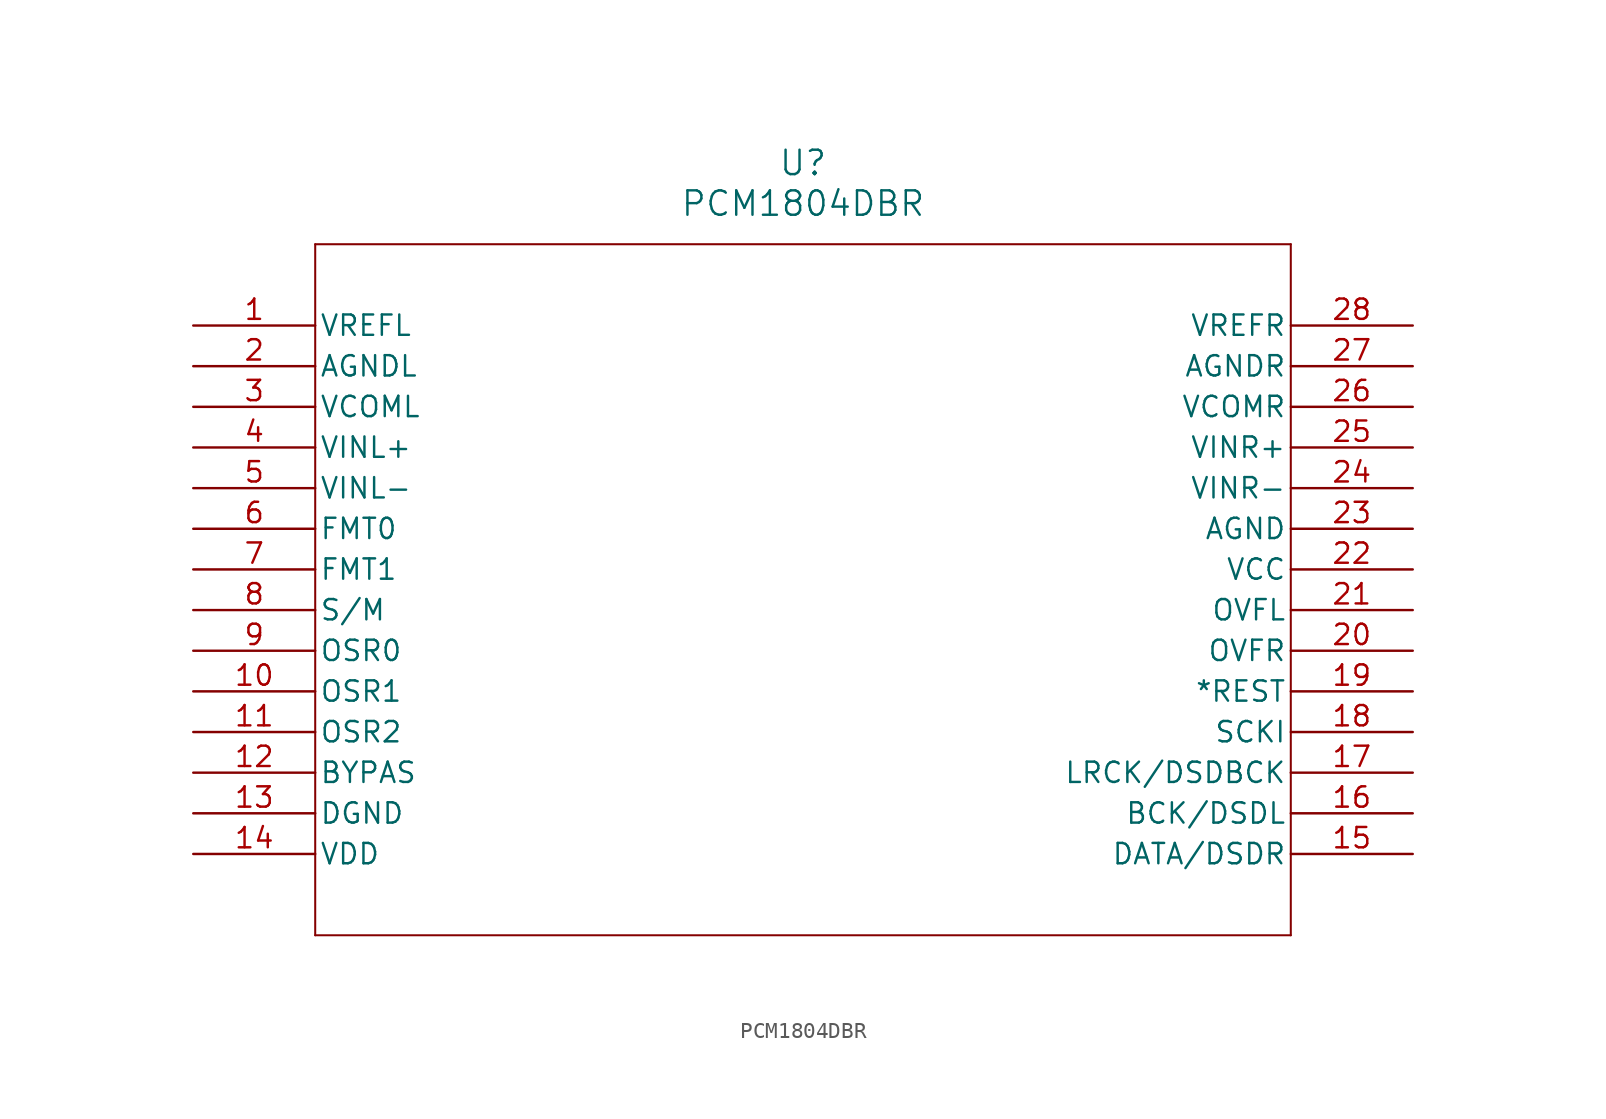
<source format=kicad_sym>
(kicad_symbol_lib
  (version 20211014)
  (generator kicad_symbol_editor)
  (symbol "PCM1804DBR"
    (pin_names
      (offset 0.254))
    (property "Reference" "U"
      (at 38.1 10.16 0)
      (effects (font (size 1.524 1.524))))
    (property "Value" "PCM1804DBR"
      (at 38.1 7.62 0)
      (effects (font (size 1.524 1.524))))
    (symbol "PCM1804DBR_0_1"
      (polyline (pts (xy 7.62 5.08) (xy 7.62 -38.1)) (stroke (width 0.127) (type default) (color 0 0 0 0)) (fill (type none)))
      (polyline (pts (xy 7.62 -38.1) (xy 68.58 -38.1)) (stroke (width 0.127) (type default) (color 0 0 0 0)) (fill (type none)))
      (polyline (pts (xy 68.58 -38.1) (xy 68.58 5.08)) (stroke (width 0.127) (type default) (color 0 0 0 0)) (fill (type none)))
      (polyline (pts (xy 68.58 5.08) (xy 7.62 5.08)) (stroke (width 0.127) (type default) (color 0 0 0 0)) (fill (type none)))
      (pin power_in line (at 0 0 0) (length 7.62) (name "VREFL" (effects (font (size 1.27 1.27)))) (number "1" (effects (font (size 1.27 1.27)))))
      (pin power_in line (at 0 -2.54 0) (length 7.62) (name "AGNDL" (effects (font (size 1.27 1.27)))) (number "2" (effects (font (size 1.27 1.27)))))
      (pin power_in line (at 0 -5.08 0) (length 7.62) (name "VCOML" (effects (font (size 1.27 1.27)))) (number "3" (effects (font (size 1.27 1.27)))))
      (pin input line (at 0 -7.62 0) (length 7.62) (name "VINL+" (effects (font (size 1.27 1.27)))) (number "4" (effects (font (size 1.27 1.27)))))
      (pin input line (at 0 -10.16 0) (length 7.62) (name "VINL-" (effects (font (size 1.27 1.27)))) (number "5" (effects (font (size 1.27 1.27)))))
      (pin input line (at 0 -12.7 0) (length 7.62) (name "FMT0" (effects (font (size 1.27 1.27)))) (number "6" (effects (font (size 1.27 1.27)))))
      (pin input line (at 0 -15.24 0) (length 7.62) (name "FMT1" (effects (font (size 1.27 1.27)))) (number "7" (effects (font (size 1.27 1.27)))))
      (pin input line (at 0 -17.78 0) (length 7.62) (name "S/M" (effects (font (size 1.27 1.27)))) (number "8" (effects (font (size 1.27 1.27)))))
      (pin input line (at 0 -20.32 0) (length 7.62) (name "OSR0" (effects (font (size 1.27 1.27)))) (number "9" (effects (font (size 1.27 1.27)))))
      (pin input line (at 0 -22.86 0) (length 7.62) (name "OSR1" (effects (font (size 1.27 1.27)))) (number "10" (effects (font (size 1.27 1.27)))))
      (pin input line (at 0 -25.4 0) (length 7.62) (name "OSR2" (effects (font (size 1.27 1.27)))) (number "11" (effects (font (size 1.27 1.27)))))
      (pin input line (at 0 -27.94 0) (length 7.62) (name "BYPAS" (effects (font (size 1.27 1.27)))) (number "12" (effects (font (size 1.27 1.27)))))
      (pin power_in line (at 0 -30.48 0) (length 7.62) (name "DGND" (effects (font (size 1.27 1.27)))) (number "13" (effects (font (size 1.27 1.27)))))
      (pin power_in line (at 0 -33.02 0) (length 7.62) (name "VDD" (effects (font (size 1.27 1.27)))) (number "14" (effects (font (size 1.27 1.27)))))
      (pin output line (at 76.2 -33.02 180) (length 7.62) (name "DATA/DSDR" (effects (font (size 1.27 1.27)))) (number "15" (effects (font (size 1.27 1.27)))))
      (pin bidirectional line (at 76.2 -30.48 180) (length 7.62) (name "BCK/DSDL" (effects (font (size 1.27 1.27)))) (number "16" (effects (font (size 1.27 1.27)))))
      (pin bidirectional line (at 76.2 -27.94 180) (length 7.62) (name "LRCK/DSDBCK" (effects (font (size 1.27 1.27)))) (number "17" (effects (font (size 1.27 1.27)))))
      (pin input line (at 76.2 -25.4 180) (length 7.62) (name "SCKI" (effects (font (size 1.27 1.27)))) (number "18" (effects (font (size 1.27 1.27)))))
      (pin input line (at 76.2 -22.86 180) (length 7.62) (name "*REST" (effects (font (size 1.27 1.27)))) (number "19" (effects (font (size 1.27 1.27)))))
      (pin output line (at 76.2 -20.32 180) (length 7.62) (name "OVFR" (effects (font (size 1.27 1.27)))) (number "20" (effects (font (size 1.27 1.27)))))
      (pin output line (at 76.2 -17.78 180) (length 7.62) (name "OVFL" (effects (font (size 1.27 1.27)))) (number "21" (effects (font (size 1.27 1.27)))))
      (pin power_in line (at 76.2 -15.24 180) (length 7.62) (name "VCC" (effects (font (size 1.27 1.27)))) (number "22" (effects (font (size 1.27 1.27)))))
      (pin power_in line (at 76.2 -12.7 180) (length 7.62) (name "AGND" (effects (font (size 1.27 1.27)))) (number "23" (effects (font (size 1.27 1.27)))))
      (pin input line (at 76.2 -10.16 180) (length 7.62) (name "VINR-" (effects (font (size 1.27 1.27)))) (number "24" (effects (font (size 1.27 1.27)))))
      (pin input line (at 76.2 -7.62 180) (length 7.62) (name "VINR+" (effects (font (size 1.27 1.27)))) (number "25" (effects (font (size 1.27 1.27)))))
      (pin power_in line (at 76.2 -5.08 180) (length 7.62) (name "VCOMR" (effects (font (size 1.27 1.27)))) (number "26" (effects (font (size 1.27 1.27)))))
      (pin power_in line (at 76.2 -2.54 180) (length 7.62) (name "AGNDR" (effects (font (size 1.27 1.27)))) (number "27" (effects (font (size 1.27 1.27)))))
      (pin power_in line (at 76.2 0 180) (length 7.62) (name "VREFR" (effects (font (size 1.27 1.27)))) (number "28" (effects (font (size 1.27 1.27))))))))
</source>
